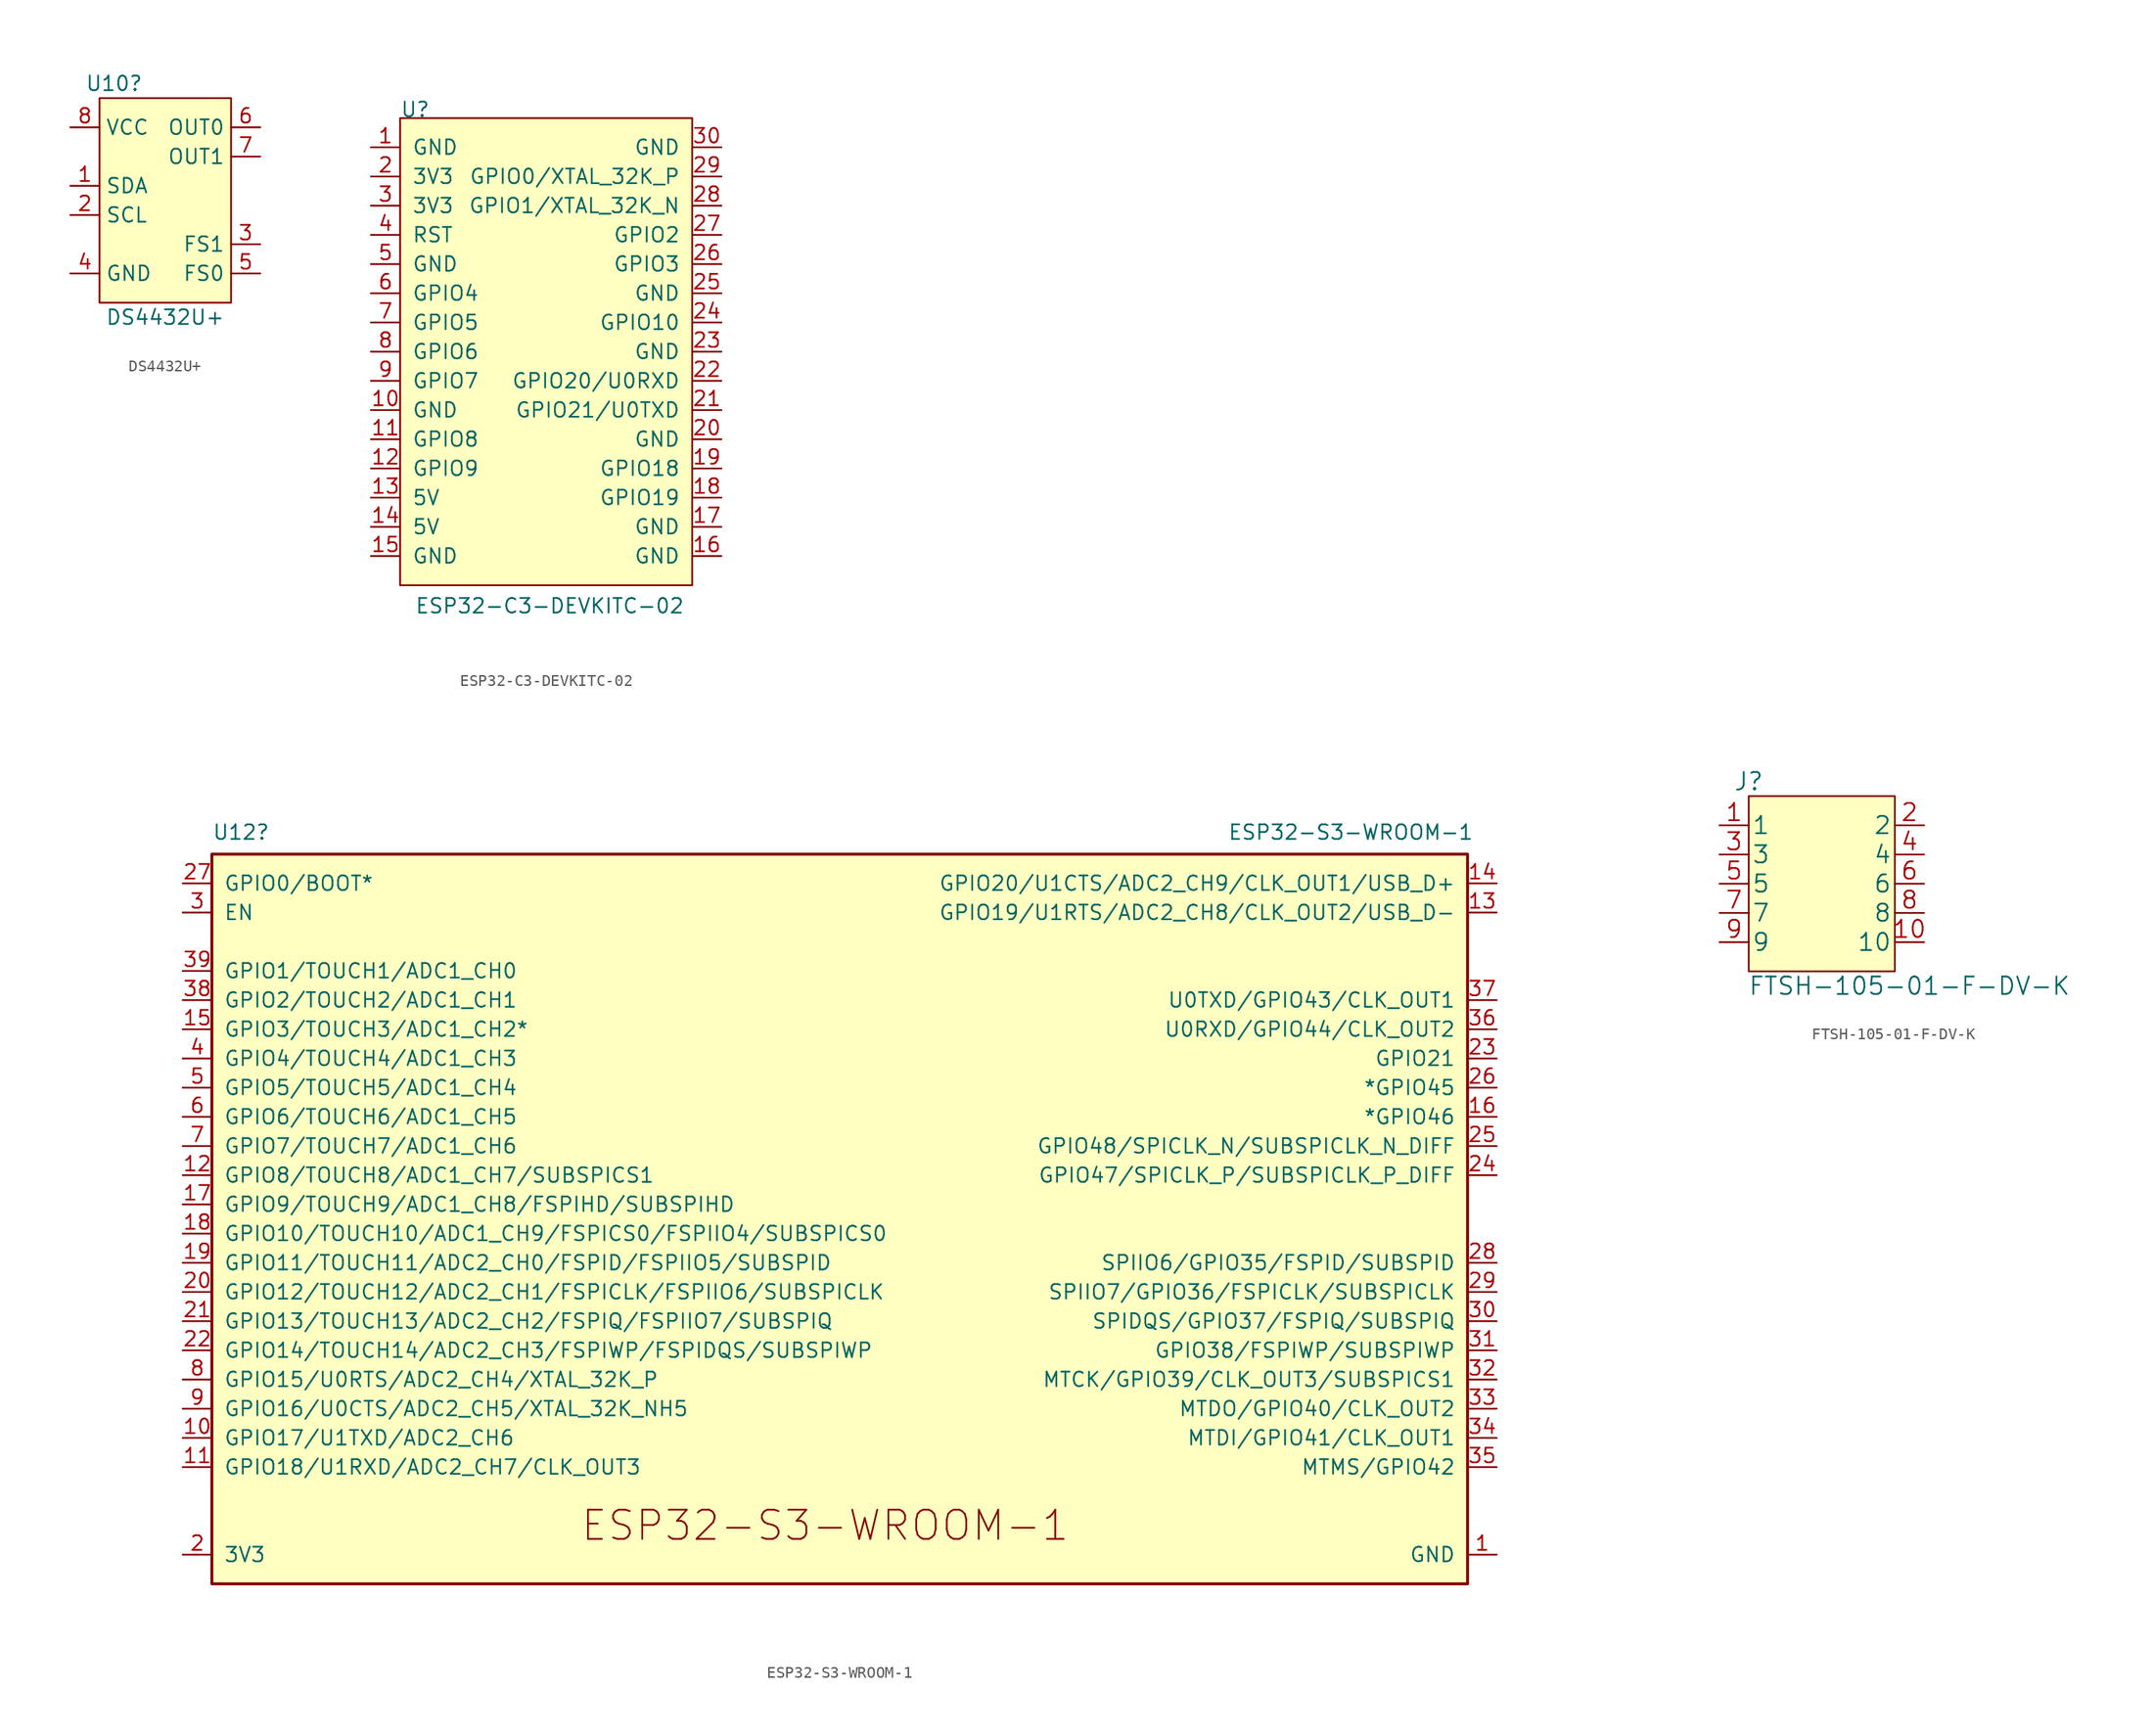
<source format=kicad_sym>
(kicad_symbol_lib
  (version 20241209)
  (generator "kicad_symbol_editor")
  (generator_version "9.0")
  (symbol "DS4432U+"
    (property "Reference" "U10"
      (at -5.08 10.16 0)
      (effects (font (size 1.27 1.27))))
    (property "Value" "DS4432U+"
      (at -0.635 -10.16 0)
      (effects (font (size 1.27 1.27))))
    (symbol "DS4432U+_0_1"
      (rectangle (start -6.35 8.89) (end 5.08 -8.89) (stroke (width 0.152) (type default)) (fill (type background))))
    (symbol "DS4432U+_1_1"
      (pin power_in line (at -8.89 6.35 0) (length 2.54) (name "VCC" (effects (font (size 1.27 1.27)))) (number "8" (effects (font (size 1.27 1.27)))))
      (pin input line (at -8.89 1.27 0) (length 2.54) (name "SDA" (effects (font (size 1.27 1.27)))) (number "1" (effects (font (size 1.27 1.27)))))
      (pin input line (at -8.89 -1.27 0) (length 2.54) (name "SCL" (effects (font (size 1.27 1.27)))) (number "2" (effects (font (size 1.27 1.27)))))
      (pin power_in line (at -8.89 -6.35 0) (length 2.54) (name "GND" (effects (font (size 1.27 1.27)))) (number "4" (effects (font (size 1.27 1.27)))))
      (pin output line (at 7.62 6.35 180) (length 2.54) (name "OUT0" (effects (font (size 1.27 1.27)))) (number "6" (effects (font (size 1.27 1.27)))))
      (pin output line (at 7.62 3.81 180) (length 2.54) (name "OUT1" (effects (font (size 1.27 1.27)))) (number "7" (effects (font (size 1.27 1.27)))))
      (pin input line (at 7.62 -3.81 180) (length 2.54) (name "FS1" (effects (font (size 1.27 1.27)))) (number "3" (effects (font (size 1.27 1.27)))))
      (pin input line (at 7.62 -6.35 180) (length 2.54) (name "FS0" (effects (font (size 1.27 1.27)))) (number "5" (effects (font (size 1.27 1.27)))))))
  (symbol "ESP32-C3-DEVKITC-02"
    (pin_names
      (offset 1.016))
    (property "Reference" "U"
      (at -13.97 20.32 0)
      (effects (font (size 1.27 1.27)) (justify left bottom)))
    (property "Value" "ESP32-C3-DEVKITC-02"
      (at -12.7 -22.86 0)
      (effects (font (size 1.27 1.27)) (justify left bottom)))
    (property "ki_locked" ""
      (at 0 0 0)
      (effects (font (size 1.27 1.27))))
    (symbol "ESP32-C3-DEVKITC-02_0_0"
      (rectangle (start -13.97 20.32) (end 11.43 -20.32) (stroke (width 0.152) (type default)) (fill (type background)))
      (pin power_in line (at -16.51 17.78 0) (length 2.54) (name "GND" (effects (font (size 1.27 1.27)))) (number "1" (effects (font (size 1.27 1.27)))))
      (pin power_in line (at -16.51 15.24 0) (length 2.54) (name "3V3" (effects (font (size 1.27 1.27)))) (number "2" (effects (font (size 1.27 1.27)))))
      (pin power_in line (at -16.51 12.7 0) (length 2.54) (name "3V3" (effects (font (size 1.27 1.27)))) (number "3" (effects (font (size 1.27 1.27)))))
      (pin input line (at -16.51 10.16 0) (length 2.54) (name "RST" (effects (font (size 1.27 1.27)))) (number "4" (effects (font (size 1.27 1.27)))))
      (pin power_in line (at -16.51 7.62 0) (length 2.54) (name "GND" (effects (font (size 1.27 1.27)))) (number "5" (effects (font (size 1.27 1.27)))))
      (pin bidirectional line (at -16.51 5.08 0) (length 2.54) (name "GPIO4" (effects (font (size 1.27 1.27)))) (number "6" (effects (font (size 1.27 1.27)))))
      (pin bidirectional line (at -16.51 2.54 0) (length 2.54) (name "GPIO5" (effects (font (size 1.27 1.27)))) (number "7" (effects (font (size 1.27 1.27)))))
      (pin bidirectional line (at -16.51 0 0) (length 2.54) (name "GPIO6" (effects (font (size 1.27 1.27)))) (number "8" (effects (font (size 1.27 1.27)))))
      (pin bidirectional line (at -16.51 -2.54 0) (length 2.54) (name "GPIO7" (effects (font (size 1.27 1.27)))) (number "9" (effects (font (size 1.27 1.27)))))
      (pin power_in line (at -16.51 -5.08 0) (length 2.54) (name "GND" (effects (font (size 1.27 1.27)))) (number "10" (effects (font (size 1.27 1.27)))))
      (pin bidirectional line (at -16.51 -7.62 0) (length 2.54) (name "GPIO8" (effects (font (size 1.27 1.27)))) (number "11" (effects (font (size 1.27 1.27)))))
      (pin bidirectional line (at -16.51 -10.16 0) (length 2.54) (name "GPIO9" (effects (font (size 1.27 1.27)))) (number "12" (effects (font (size 1.27 1.27)))))
      (pin power_in line (at -16.51 -12.7 0) (length 2.54) (name "5V" (effects (font (size 1.27 1.27)))) (number "13" (effects (font (size 1.27 1.27)))))
      (pin power_in line (at -16.51 -15.24 0) (length 2.54) (name "5V" (effects (font (size 1.27 1.27)))) (number "14" (effects (font (size 1.27 1.27)))))
      (pin power_in line (at -16.51 -17.78 0) (length 2.54) (name "GND" (effects (font (size 1.27 1.27)))) (number "15" (effects (font (size 1.27 1.27)))))
      (pin power_in line (at 13.97 17.78 180) (length 2.54) (name "GND" (effects (font (size 1.27 1.27)))) (number "30" (effects (font (size 1.27 1.27)))))
      (pin bidirectional line (at 13.97 15.24 180) (length 2.54) (name "GPIO0/XTAL_32K_P" (effects (font (size 1.27 1.27)))) (number "29" (effects (font (size 1.27 1.27)))))
      (pin bidirectional line (at 13.97 12.7 180) (length 2.54) (name "GPIO1/XTAL_32K_N" (effects (font (size 1.27 1.27)))) (number "28" (effects (font (size 1.27 1.27)))))
      (pin bidirectional line (at 13.97 10.16 180) (length 2.54) (name "GPIO2" (effects (font (size 1.27 1.27)))) (number "27" (effects (font (size 1.27 1.27)))))
      (pin bidirectional line (at 13.97 7.62 180) (length 2.54) (name "GPIO3" (effects (font (size 1.27 1.27)))) (number "26" (effects (font (size 1.27 1.27)))))
      (pin power_in line (at 13.97 5.08 180) (length 2.54) (name "GND" (effects (font (size 1.27 1.27)))) (number "25" (effects (font (size 1.27 1.27)))))
      (pin bidirectional line (at 13.97 2.54 180) (length 2.54) (name "GPIO10" (effects (font (size 1.27 1.27)))) (number "24" (effects (font (size 1.27 1.27)))))
      (pin power_in line (at 13.97 0 180) (length 2.54) (name "GND" (effects (font (size 1.27 1.27)))) (number "23" (effects (font (size 1.27 1.27)))))
      (pin bidirectional line (at 13.97 -2.54 180) (length 2.54) (name "GPIO20/U0RXD" (effects (font (size 1.27 1.27)))) (number "22" (effects (font (size 1.27 1.27)))))
      (pin bidirectional line (at 13.97 -5.08 180) (length 2.54) (name "GPIO21/U0TXD" (effects (font (size 1.27 1.27)))) (number "21" (effects (font (size 1.27 1.27)))))
      (pin power_in line (at 13.97 -7.62 180) (length 2.54) (name "GND" (effects (font (size 1.27 1.27)))) (number "20" (effects (font (size 1.27 1.27)))))
      (pin bidirectional line (at 13.97 -10.16 180) (length 2.54) (name "GPIO18" (effects (font (size 1.27 1.27)))) (number "19" (effects (font (size 1.27 1.27)))))
      (pin bidirectional line (at 13.97 -12.7 180) (length 2.54) (name "GPIO19" (effects (font (size 1.27 1.27)))) (number "18" (effects (font (size 1.27 1.27)))))
      (pin power_in line (at 13.97 -15.24 180) (length 2.54) (name "GND" (effects (font (size 1.27 1.27)))) (number "17" (effects (font (size 1.27 1.27)))))
      (pin power_in line (at 13.97 -17.78 180) (length 2.54) (name "GND" (effects (font (size 1.27 1.27)))) (number "16" (effects (font (size 1.27 1.27)))))))
  (symbol "ESP32-S3-WROOM-1"
    (pin_names
      (offset 1.016))
    (property "Reference" "U12"
      (at -50.8 34.925 0)
      (effects (font (size 1.27 1.27))))
    (property "Value" "ESP32-S3-WROOM-1"
      (at 45.72 34.925 0)
      (effects (font (size 1.27 1.27))))
    (symbol "ESP32-S3-WROOM-1_0_0"
      (rectangle (start -53.34 33.02) (end 55.88 -30.48) (stroke (width 0.254) (type default)) (fill (type background)))
      (text "ESP32-S3-WROOM-1" (at 0 -25.4 0) (effects (font (size 2.54 2.54))))
      (pin bidirectional line (at -55.88 30.48 0) (length 2.54) (name "GPIO0/BOOT*" (effects (font (size 1.27 1.27)))) (number "27" (effects (font (size 1.27 1.27)))))
      (pin input line (at -55.88 27.94 0) (length 2.54) (name "EN" (effects (font (size 1.27 1.27)))) (number "3" (effects (font (size 1.27 1.27)))))
      (pin bidirectional line (at -55.88 22.86 0) (length 2.54) (name "GPIO1/TOUCH1/ADC1_CH0" (effects (font (size 1.27 1.27)))) (number "39" (effects (font (size 1.27 1.27)))))
      (pin bidirectional line (at -55.88 20.32 0) (length 2.54) (name "GPIO2/TOUCH2/ADC1_CH1" (effects (font (size 1.27 1.27)))) (number "38" (effects (font (size 1.27 1.27)))))
      (pin bidirectional line (at -55.88 17.78 0) (length 2.54) (name "GPIO3/TOUCH3/ADC1_CH2*" (effects (font (size 1.27 1.27)))) (number "15" (effects (font (size 1.27 1.27)))))
      (pin bidirectional line (at -55.88 15.24 0) (length 2.54) (name "GPIO4/TOUCH4/ADC1_CH3" (effects (font (size 1.27 1.27)))) (number "4" (effects (font (size 1.27 1.27)))))
      (pin bidirectional line (at -55.88 12.7 0) (length 2.54) (name "GPIO5/TOUCH5/ADC1_CH4" (effects (font (size 1.27 1.27)))) (number "5" (effects (font (size 1.27 1.27)))))
      (pin bidirectional line (at -55.88 10.16 0) (length 2.54) (name "GPIO6/TOUCH6/ADC1_CH5" (effects (font (size 1.27 1.27)))) (number "6" (effects (font (size 1.27 1.27)))))
      (pin bidirectional line (at -55.88 7.62 0) (length 2.54) (name "GPIO7/TOUCH7/ADC1_CH6" (effects (font (size 1.27 1.27)))) (number "7" (effects (font (size 1.27 1.27)))))
      (pin bidirectional line (at -55.88 5.08 0) (length 2.54) (name "GPIO8/TOUCH8/ADC1_CH7/SUBSPICS1" (effects (font (size 1.27 1.27)))) (number "12" (effects (font (size 1.27 1.27)))))
      (pin bidirectional line (at -55.88 2.54 0) (length 2.54) (name "GPIO9/TOUCH9/ADC1_CH8/FSPIHD/SUBSPIHD" (effects (font (size 1.27 1.27)))) (number "17" (effects (font (size 1.27 1.27)))))
      (pin bidirectional line (at -55.88 0 0) (length 2.54) (name "GPIO10/TOUCH10/ADC1_CH9/FSPICS0/FSPIIO4/SUBSPICS0" (effects (font (size 1.27 1.27)))) (number "18" (effects (font (size 1.27 1.27)))))
      (pin bidirectional line (at -55.88 -2.54 0) (length 2.54) (name "GPIO11/TOUCH11/ADC2_CH0/FSPID/FSPIIO5/SUBSPID" (effects (font (size 1.27 1.27)))) (number "19" (effects (font (size 1.27 1.27)))))
      (pin bidirectional line (at -55.88 -5.08 0) (length 2.54) (name "GPIO12/TOUCH12/ADC2_CH1/FSPICLK/FSPIIO6/SUBSPICLK" (effects (font (size 1.27 1.27)))) (number "20" (effects (font (size 1.27 1.27)))))
      (pin bidirectional line (at -55.88 -7.62 0) (length 2.54) (name "GPIO13/TOUCH13/ADC2_CH2/FSPIQ/FSPIIO7/SUBSPIQ" (effects (font (size 1.27 1.27)))) (number "21" (effects (font (size 1.27 1.27)))))
      (pin bidirectional line (at -55.88 -10.16 0) (length 2.54) (name "GPIO14/TOUCH14/ADC2_CH3/FSPIWP/FSPIDQS/SUBSPIWP" (effects (font (size 1.27 1.27)))) (number "22" (effects (font (size 1.27 1.27)))))
      (pin bidirectional line (at -55.88 -12.7 0) (length 2.54) (name "GPIO15/U0RTS/ADC2_CH4/XTAL_32K_P" (effects (font (size 1.27 1.27)))) (number "8" (effects (font (size 1.27 1.27)))))
      (pin bidirectional line (at -55.88 -15.24 0) (length 2.54) (name "GPIO16/U0CTS/ADC2_CH5/XTAL_32K_NH5" (effects (font (size 1.27 1.27)))) (number "9" (effects (font (size 1.27 1.27)))))
      (pin bidirectional line (at -55.88 -17.78 0) (length 2.54) (name "GPIO17/U1TXD/ADC2_CH6" (effects (font (size 1.27 1.27)))) (number "10" (effects (font (size 1.27 1.27)))))
      (pin bidirectional line (at -55.88 -20.32 0) (length 2.54) (name "GPIO18/U1RXD/ADC2_CH7/CLK_OUT3" (effects (font (size 1.27 1.27)))) (number "11" (effects (font (size 1.27 1.27)))))
      (pin power_in line (at -55.88 -27.94 0) (length 2.54) (name "3V3" (effects (font (size 1.27 1.27)))) (number "2" (effects (font (size 1.27 1.27)))))
      (pin bidirectional line (at 58.42 30.48 180) (length 2.54) (name "GPIO20/U1CTS/ADC2_CH9/CLK_OUT1/USB_D+" (effects (font (size 1.27 1.27)))) (number "14" (effects (font (size 1.27 1.27)))))
      (pin bidirectional line (at 58.42 27.94 180) (length 2.54) (name "GPIO19/U1RTS/ADC2_CH8/CLK_OUT2/USB_D-" (effects (font (size 1.27 1.27)))) (number "13" (effects (font (size 1.27 1.27)))))
      (pin bidirectional line (at 58.42 20.32 180) (length 2.54) (name "U0TXD/GPIO43/CLK_OUT1" (effects (font (size 1.27 1.27)))) (number "37" (effects (font (size 1.27 1.27)))))
      (pin bidirectional line (at 58.42 17.78 180) (length 2.54) (name "U0RXD/GPIO44/CLK_OUT2" (effects (font (size 1.27 1.27)))) (number "36" (effects (font (size 1.27 1.27)))))
      (pin bidirectional line (at 58.42 15.24 180) (length 2.54) (name "GPIO21" (effects (font (size 1.27 1.27)))) (number "23" (effects (font (size 1.27 1.27)))))
      (pin bidirectional line (at 58.42 12.7 180) (length 2.54) (name "*GPIO45" (effects (font (size 1.27 1.27)))) (number "26" (effects (font (size 1.27 1.27)))))
      (pin bidirectional line (at 58.42 10.16 180) (length 2.54) (name "*GPIO46" (effects (font (size 1.27 1.27)))) (number "16" (effects (font (size 1.27 1.27)))))
      (pin bidirectional line (at 58.42 7.62 180) (length 2.54) (name "GPIO48/SPICLK_N/SUBSPICLK_N_DIFF" (effects (font (size 1.27 1.27)))) (number "25" (effects (font (size 1.27 1.27)))))
      (pin bidirectional line (at 58.42 5.08 180) (length 2.54) (name "GPIO47/SPICLK_P/SUBSPICLK_P_DIFF" (effects (font (size 1.27 1.27)))) (number "24" (effects (font (size 1.27 1.27)))))
      (pin bidirectional line (at 58.42 -2.54 180) (length 2.54) (name "SPIIO6/GPIO35/FSPID/SUBSPID" (effects (font (size 1.27 1.27)))) (number "28" (effects (font (size 1.27 1.27)))))
      (pin bidirectional line (at 58.42 -5.08 180) (length 2.54) (name "SPIIO7/GPIO36/FSPICLK/SUBSPICLK" (effects (font (size 1.27 1.27)))) (number "29" (effects (font (size 1.27 1.27)))))
      (pin bidirectional line (at 58.42 -7.62 180) (length 2.54) (name "SPIDQS/GPIO37/FSPIQ/SUBSPIQ" (effects (font (size 1.27 1.27)))) (number "30" (effects (font (size 1.27 1.27)))))
      (pin bidirectional line (at 58.42 -10.16 180) (length 2.54) (name "GPIO38/FSPIWP/SUBSPIWP" (effects (font (size 1.27 1.27)))) (number "31" (effects (font (size 1.27 1.27)))))
      (pin bidirectional line (at 58.42 -12.7 180) (length 2.54) (name "MTCK/GPIO39/CLK_OUT3/SUBSPICS1" (effects (font (size 1.27 1.27)))) (number "32" (effects (font (size 1.27 1.27)))))
      (pin bidirectional line (at 58.42 -15.24 180) (length 2.54) (name "MTDO/GPIO40/CLK_OUT2" (effects (font (size 1.27 1.27)))) (number "33" (effects (font (size 1.27 1.27)))))
      (pin bidirectional line (at 58.42 -17.78 180) (length 2.54) (name "MTDI/GPIO41/CLK_OUT1" (effects (font (size 1.27 1.27)))) (number "34" (effects (font (size 1.27 1.27)))))
      (pin bidirectional line (at 58.42 -20.32 180) (length 2.54) (name "MTMS/GPIO42" (effects (font (size 1.27 1.27)))) (number "35" (effects (font (size 1.27 1.27)))))
      (pin power_in line (at 58.42 -27.94 180) (length 2.54) (name "GND" (effects (font (size 1.27 1.27)))) (number "1" (effects (font (size 1.27 1.27)))))
      (pin passive line (at 58.42 -27.94 180) (length 2.54) (hide yes) (name "GND" (effects (font (size 1.27 1.27)))) (number "40" (effects (font (size 1.27 1.27)))))
      (pin passive line (at 58.42 -27.94 180) (length 2.54) (hide yes) (name "GND" (effects (font (size 1.27 1.27)))) (number "41" (effects (font (size 1.27 1.27)))))))
  (symbol "FTSH-105-01-F-DV-K"
    (pin_names
      (offset 0.254))
    (property "Reference" "J"
      (at 2.54 2.54 0)
      (effects (font (size 1.524 1.524))))
    (property "Value" "FTSH-105-01-F-DV-K"
      (at 16.51 -15.24 0)
      (effects (font (size 1.524 1.524))))
    (symbol "FTSH-105-01-F-DV-K_1_1"
      (rectangle (start 2.54 1.27) (end 15.24 -13.97) (stroke (width 0.152) (type default)) (fill (type background)))
      (pin unspecified line (at 0 -1.27 0) (length 2.54) (name "1" (effects (font (size 1.499 1.499)))) (number "1" (effects (font (size 1.499 1.499)))))
      (pin unspecified line (at 0 -3.81 0) (length 2.54) (name "3" (effects (font (size 1.499 1.499)))) (number "3" (effects (font (size 1.499 1.499)))))
      (pin unspecified line (at 0 -6.35 0) (length 2.54) (name "5" (effects (font (size 1.499 1.499)))) (number "5" (effects (font (size 1.499 1.499)))))
      (pin unspecified line (at 0 -8.89 0) (length 2.54) (name "7" (effects (font (size 1.499 1.499)))) (number "7" (effects (font (size 1.499 1.499)))))
      (pin unspecified line (at 0 -11.43 0) (length 2.54) (name "9" (effects (font (size 1.499 1.499)))) (number "9" (effects (font (size 1.499 1.499)))))
      (pin unspecified line (at 17.78 -1.27 180) (length 2.54) (name "2" (effects (font (size 1.499 1.499)))) (number "2" (effects (font (size 1.499 1.499)))))
      (pin unspecified line (at 17.78 -3.81 180) (length 2.54) (name "4" (effects (font (size 1.499 1.499)))) (number "4" (effects (font (size 1.499 1.499)))))
      (pin unspecified line (at 17.78 -6.35 180) (length 2.54) (name "6" (effects (font (size 1.499 1.499)))) (number "6" (effects (font (size 1.499 1.499)))))
      (pin unspecified line (at 17.78 -8.89 180) (length 2.54) (name "8" (effects (font (size 1.499 1.499)))) (number "8" (effects (font (size 1.499 1.499)))))
      (pin unspecified line (at 17.78 -11.43 180) (length 2.54) (name "10" (effects (font (size 1.499 1.499)))) (number "10" (effects (font (size 1.499 1.499))))))))
</source>
